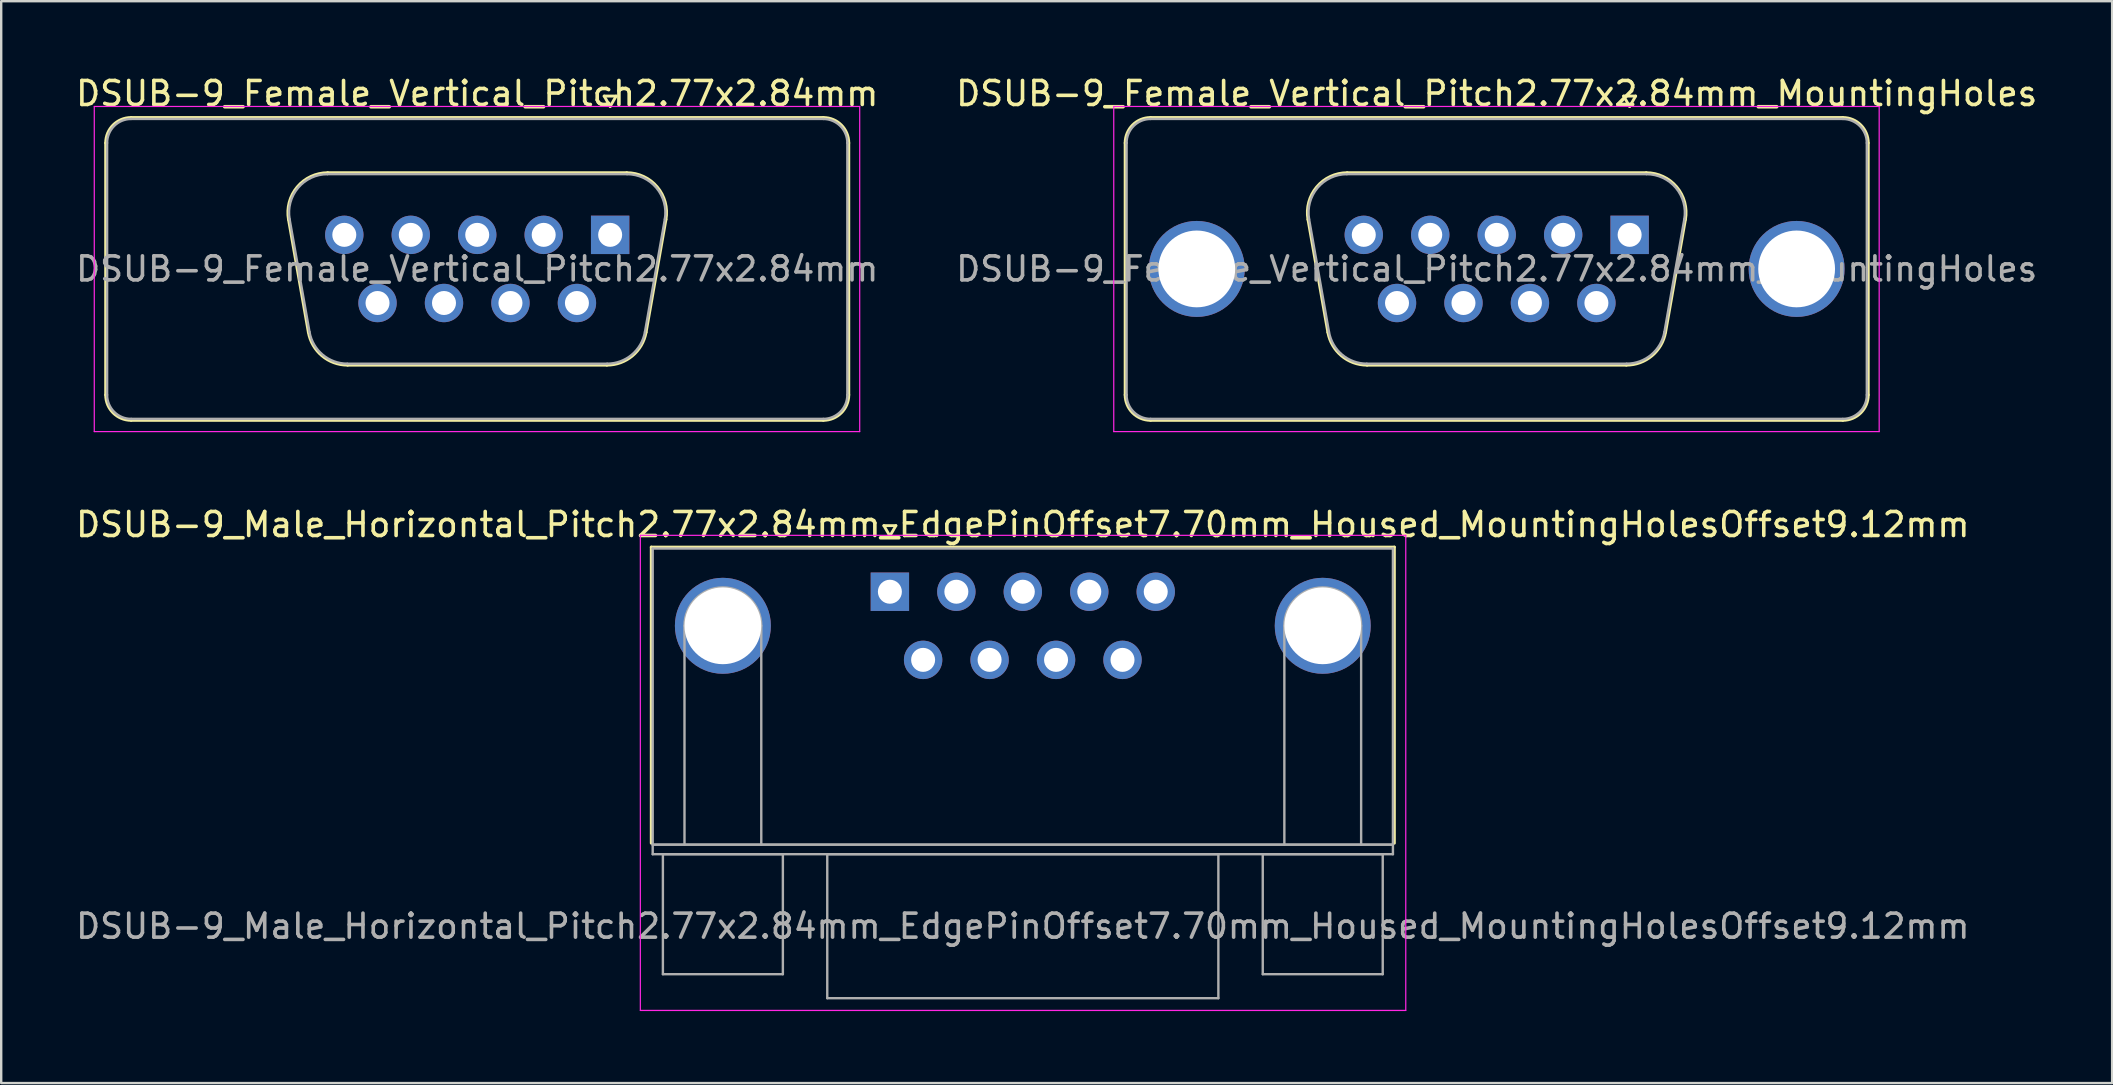
<source format=kicad_pcb>
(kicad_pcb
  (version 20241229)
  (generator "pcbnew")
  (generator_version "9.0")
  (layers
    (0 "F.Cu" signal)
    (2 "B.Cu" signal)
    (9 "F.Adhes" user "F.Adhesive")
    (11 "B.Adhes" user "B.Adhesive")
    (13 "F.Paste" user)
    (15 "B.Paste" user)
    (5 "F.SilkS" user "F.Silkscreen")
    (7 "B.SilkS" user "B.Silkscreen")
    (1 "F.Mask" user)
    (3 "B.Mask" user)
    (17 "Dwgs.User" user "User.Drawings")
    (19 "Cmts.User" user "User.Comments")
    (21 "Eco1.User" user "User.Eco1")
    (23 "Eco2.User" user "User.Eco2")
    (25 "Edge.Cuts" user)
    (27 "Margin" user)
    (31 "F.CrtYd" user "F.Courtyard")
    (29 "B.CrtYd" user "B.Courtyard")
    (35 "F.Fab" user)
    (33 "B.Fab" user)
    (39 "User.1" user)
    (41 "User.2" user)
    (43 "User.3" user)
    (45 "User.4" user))
  (footprint "DSUB-9_Male_Horizontal_Pitch2.77x2.84mm_EdgePinOffset7.70mm_Housed_MountingHolesOffset9.12mm"
    (layer "F.Cu")
    (at 34.037 21.611)
    (property "Reference" "DSUB-9_Male_Horizontal_Pitch2.77x2.84mm_EdgePinOffset7.70mm_Housed_MountingHolesOffset9.12mm" (at 5.54 -2.8 0) (layer "F.SilkS") (effects (font (size 1 1) (thickness 0.15))))
    (attr through_hole)
    (fp_line (start -9.945 -1.86) (end 21.025 -1.86) (stroke (width 0.12) (type solid)) (layer "F.SilkS"))
    (fp_line (start -9.945 10.48) (end -9.945 -1.86) (stroke (width 0.12) (type solid)) (layer "F.SilkS"))
    (fp_line (start -0.25 -2.754) (end 0.25 -2.754) (stroke (width 0.12) (type solid)) (layer "F.SilkS"))
    (fp_line (start 0 -2.321) (end -0.25 -2.754) (stroke (width 0.12) (type solid)) (layer "F.SilkS"))
    (fp_line (start 0.25 -2.754) (end 0 -2.321) (stroke (width 0.12) (type solid)) (layer "F.SilkS"))
    (fp_line (start 21.025 -1.86) (end 21.025 10.48) (stroke (width 0.12) (type solid)) (layer "F.SilkS"))
    (fp_line (start -10.4 -2.35) (end -10.4 17.45) (stroke (width 0.05) (type solid)) (layer "F.CrtYd"))
    (fp_line (start -10.4 17.45) (end 21.5 17.45) (stroke (width 0.05) (type solid)) (layer "F.CrtYd"))
    (fp_line (start 21.5 -2.35) (end -10.4 -2.35) (stroke (width 0.05) (type solid)) (layer "F.CrtYd"))
    (fp_line (start 21.5 17.45) (end 21.5 -2.35) (stroke (width 0.05) (type solid)) (layer "F.CrtYd"))
    (fp_line (start -9.885 -1.8) (end -9.885 10.54) (stroke (width 0.1) (type solid)) (layer "F.Fab"))
    (fp_line (start -9.885 10.54) (end -9.885 10.94) (stroke (width 0.1) (type solid)) (layer "F.Fab"))
    (fp_line (start -9.885 10.54) (end 20.965 10.54) (stroke (width 0.1) (type solid)) (layer "F.Fab"))
    (fp_line (start -9.885 10.94) (end 20.965 10.94) (stroke (width 0.1) (type solid)) (layer "F.Fab"))
    (fp_line (start -9.46 10.94) (end -9.46 15.94) (stroke (width 0.1) (type solid)) (layer "F.Fab"))
    (fp_line (start -9.46 15.94) (end -4.46 15.94) (stroke (width 0.1) (type solid)) (layer "F.Fab"))
    (fp_line (start -8.56 10.54) (end -8.56 1.42) (stroke (width 0.1) (type solid)) (layer "F.Fab"))
    (fp_line (start -5.36 10.54) (end -5.36 1.42) (stroke (width 0.1) (type solid)) (layer "F.Fab"))
    (fp_line (start -4.46 10.94) (end -9.46 10.94) (stroke (width 0.1) (type solid)) (layer "F.Fab"))
    (fp_line (start -4.46 15.94) (end -4.46 10.94) (stroke (width 0.1) (type solid)) (layer "F.Fab"))
    (fp_line (start -2.61 10.94) (end -2.61 16.94) (stroke (width 0.1) (type solid)) (layer "F.Fab"))
    (fp_line (start -2.61 16.94) (end 13.69 16.94) (stroke (width 0.1) (type solid)) (layer "F.Fab"))
    (fp_line (start 13.69 10.94) (end -2.61 10.94) (stroke (width 0.1) (type solid)) (layer "F.Fab"))
    (fp_line (start 13.69 16.94) (end 13.69 10.94) (stroke (width 0.1) (type solid)) (layer "F.Fab"))
    (fp_line (start 15.54 10.94) (end 15.54 15.94) (stroke (width 0.1) (type solid)) (layer "F.Fab"))
    (fp_line (start 15.54 15.94) (end 20.54 15.94) (stroke (width 0.1) (type solid)) (layer "F.Fab"))
    (fp_line (start 16.44 10.54) (end 16.44 1.42) (stroke (width 0.1) (type solid)) (layer "F.Fab"))
    (fp_line (start 19.64 10.54) (end 19.64 1.42) (stroke (width 0.1) (type solid)) (layer "F.Fab"))
    (fp_line (start 20.54 10.94) (end 15.54 10.94) (stroke (width 0.1) (type solid)) (layer "F.Fab"))
    (fp_line (start 20.54 15.94) (end 20.54 10.94) (stroke (width 0.1) (type solid)) (layer "F.Fab"))
    (fp_line (start 20.965 -1.8) (end -9.885 -1.8) (stroke (width 0.1) (type solid)) (layer "F.Fab"))
    (fp_line (start 20.965 10.54) (end -9.885 10.54) (stroke (width 0.1) (type solid)) (layer "F.Fab"))
    (fp_line (start 20.965 10.54) (end 20.965 -1.8) (stroke (width 0.1) (type solid)) (layer "F.Fab"))
    (fp_line (start 20.965 10.94) (end 20.965 10.54) (stroke (width 0.1) (type solid)) (layer "F.Fab"))
    (fp_arc (start -8.56 1.42) (mid -6.96 -0.18) (end -5.36 1.42) (stroke (width 0.1) (type solid)) (layer "F.Fab"))
    (fp_arc (start 16.44 1.42) (mid 18.04 -0.18) (end 19.64 1.42) (stroke (width 0.1) (type solid)) (layer "F.Fab"))
    (fp_text user "${REFERENCE}" (at 5.54 13.94 0) (layer "F.Fab") (effects (font (size 1 1) (thickness 0.15))))
    (pad "0" thru_hole circle (at -6.96 1.42) (size 4 4) (drill 3.2) (layers "*.Cu" "*.Mask"))
    (pad "0" thru_hole circle (at 18.04 1.42) (size 4 4) (drill 3.2) (layers "*.Cu" "*.Mask"))
    (pad "1" thru_hole rect (at 0 0) (size 1.6 1.6) (drill 1) (layers "*.Cu" "*.Mask"))
    (pad "2" thru_hole circle (at 2.77 0) (size 1.6 1.6) (drill 1) (layers "*.Cu" "*.Mask"))
    (pad "3" thru_hole circle (at 5.54 0) (size 1.6 1.6) (drill 1) (layers "*.Cu" "*.Mask"))
    (pad "4" thru_hole circle (at 8.31 0) (size 1.6 1.6) (drill 1) (layers "*.Cu" "*.Mask"))
    (pad "5" thru_hole circle (at 11.08 0) (size 1.6 1.6) (drill 1) (layers "*.Cu" "*.Mask"))
    (pad "6" thru_hole circle (at 1.385 2.84) (size 1.6 1.6) (drill 1) (layers "*.Cu" "*.Mask"))
    (pad "7" thru_hole circle (at 4.155 2.84) (size 1.6 1.6) (drill 1) (layers "*.Cu" "*.Mask"))
    (pad "8" thru_hole circle (at 6.925 2.84) (size 1.6 1.6) (drill 1) (layers "*.Cu" "*.Mask"))
    (pad "9" thru_hole circle (at 9.695 2.84) (size 1.6 1.6) (drill 1) (layers "*.Cu" "*.Mask")))
  (footprint "DSUB-9_Female_Vertical_Pitch2.77x2.84mm"
    (layer "F.Cu")
    (at 22.379 6.738)
    (property "Reference" "DSUB-9_Female_Vertical_Pitch2.77x2.84mm" (at -5.54 -5.89 0) (layer "F.SilkS") (effects (font (size 1 1) (thickness 0.15))))
    (attr through_hole)
    (fp_line (start -21.025 6.67) (end -21.025 -3.83) (stroke (width 0.12) (type solid)) (layer "F.SilkS"))
    (fp_line (start -19.965 -4.89) (end 8.885 -4.89) (stroke (width 0.12) (type solid)) (layer "F.SilkS"))
    (fp_line (start -13.406 -0.642) (end -12.578 4.058) (stroke (width 0.12) (type solid)) (layer "F.SilkS"))
    (fp_line (start -11.772 -2.59) (end 0.692 -2.59) (stroke (width 0.12) (type solid)) (layer "F.SilkS"))
    (fp_line (start -10.943 5.43) (end -0.137 5.43) (stroke (width 0.12) (type solid)) (layer "F.SilkS"))
    (fp_line (start -0.25 -5.784) (end 0.25 -5.784) (stroke (width 0.12) (type solid)) (layer "F.SilkS"))
    (fp_line (start 0 -5.351) (end -0.25 -5.784) (stroke (width 0.12) (type solid)) (layer "F.SilkS"))
    (fp_line (start 0.25 -5.784) (end 0 -5.351) (stroke (width 0.12) (type solid)) (layer "F.SilkS"))
    (fp_line (start 2.326 -0.642) (end 1.498 4.058) (stroke (width 0.12) (type solid)) (layer "F.SilkS"))
    (fp_line (start 8.885 7.73) (end -19.965 7.73) (stroke (width 0.12) (type solid)) (layer "F.SilkS"))
    (fp_line (start 9.945 -3.83) (end 9.945 6.67) (stroke (width 0.12) (type solid)) (layer "F.SilkS"))
    (fp_arc (start -21.025 -3.83) (mid -20.714533 -4.579533) (end -19.965 -4.89) (stroke (width 0.12) (type solid)) (layer "F.SilkS"))
    (fp_arc (start -19.965 7.73) (mid -20.714533 7.419533) (end -21.025 6.67) (stroke (width 0.12) (type solid)) (layer "F.SilkS"))
    (fp_arc (start -13.40647 -0.641744) (mid -13.043323 -1.997028) (end -11.771689 -2.59) (stroke (width 0.12) (type solid)) (layer "F.SilkS"))
    (fp_arc (start -10.942952 5.43) (mid -12.009979 5.041634) (end -12.577733 4.058256) (stroke (width 0.12) (type solid)) (layer "F.SilkS"))
    (fp_arc (start 0.691689 -2.59) (mid 1.963323 -1.997027) (end 2.32647 -0.641744) (stroke (width 0.12) (type solid)) (layer "F.SilkS"))
    (fp_arc (start 1.497733 4.058256) (mid 0.92998 5.041634) (end -0.137048 5.43) (stroke (width 0.12) (type solid)) (layer "F.SilkS"))
    (fp_arc (start 8.885 -4.89) (mid 9.634533 -4.579533) (end 9.945 -3.83) (stroke (width 0.12) (type solid)) (layer "F.SilkS"))
    (fp_arc (start 9.945 6.67) (mid 9.634533 7.419533) (end 8.885 7.73) (stroke (width 0.12) (type solid)) (layer "F.SilkS"))
    (fp_line (start -21.5 -5.35) (end -21.5 8.2) (stroke (width 0.05) (type solid)) (layer "F.CrtYd"))
    (fp_line (start -21.5 8.2) (end 10.4 8.2) (stroke (width 0.05) (type solid)) (layer "F.CrtYd"))
    (fp_line (start 10.4 -5.35) (end -21.5 -5.35) (stroke (width 0.05) (type solid)) (layer "F.CrtYd"))
    (fp_line (start 10.4 8.2) (end 10.4 -5.35) (stroke (width 0.05) (type solid)) (layer "F.CrtYd"))
    (fp_line (start -20.965 6.67) (end -20.965 -3.83) (stroke (width 0.1) (type solid)) (layer "F.Fab"))
    (fp_line (start -19.965 -4.83) (end 8.885 -4.83) (stroke (width 0.1) (type solid)) (layer "F.Fab"))
    (fp_line (start -13.359 -0.652) (end -12.53 4.048) (stroke (width 0.1) (type solid)) (layer "F.Fab"))
    (fp_line (start -11.783 -2.53) (end 0.703 -2.53) (stroke (width 0.1) (type solid)) (layer "F.Fab"))
    (fp_line (start -10.954 5.37) (end -0.126 5.37) (stroke (width 0.1) (type solid)) (layer "F.Fab"))
    (fp_line (start 2.279 -0.652) (end 1.45 4.048) (stroke (width 0.1) (type solid)) (layer "F.Fab"))
    (fp_line (start 8.885 7.67) (end -19.965 7.67) (stroke (width 0.1) (type solid)) (layer "F.Fab"))
    (fp_line (start 9.885 -3.83) (end 9.885 6.67) (stroke (width 0.1) (type solid)) (layer "F.Fab"))
    (fp_arc (start -20.965 -3.83) (mid -20.672107 -4.537107) (end -19.965 -4.83) (stroke (width 0.1) (type solid)) (layer "F.Fab"))
    (fp_arc (start -19.965 7.67) (mid -20.672107 7.377107) (end -20.965 6.67) (stroke (width 0.1) (type solid)) (layer "F.Fab"))
    (fp_arc (start -13.358886 -0.652163) (mid -13.008865 -1.95846) (end -11.783194 -2.53) (stroke (width 0.1) (type solid)) (layer "F.Fab"))
    (fp_arc (start -10.954457 5.37) (mid -11.982917 4.995671) (end -12.530149 4.047837) (stroke (width 0.1) (type solid)) (layer "F.Fab"))
    (fp_arc (start 0.703194 -2.53) (mid 1.928865 -1.95846) (end 2.278886 -0.652163) (stroke (width 0.1) (type solid)) (layer "F.Fab"))
    (fp_arc (start 1.450149 4.047837) (mid 0.902917 4.995671) (end -0.125543 5.37) (stroke (width 0.1) (type solid)) (layer "F.Fab"))
    (fp_arc (start 8.885 -4.83) (mid 9.592107 -4.537107) (end 9.885 -3.83) (stroke (width 0.1) (type solid)) (layer "F.Fab"))
    (fp_arc (start 9.885 6.67) (mid 9.592107 7.377107) (end 8.885 7.67) (stroke (width 0.1) (type solid)) (layer "F.Fab"))
    (fp_text user "${REFERENCE}" (at -5.54 1.42 0) (layer "F.Fab") (effects (font (size 1 1) (thickness 0.15))))
    (pad "1" thru_hole rect (at 0 0) (size 1.6 1.6) (drill 1) (layers "*.Cu" "*.Mask"))
    (pad "2" thru_hole circle (at -2.77 0) (size 1.6 1.6) (drill 1) (layers "*.Cu" "*.Mask"))
    (pad "3" thru_hole circle (at -5.54 0) (size 1.6 1.6) (drill 1) (layers "*.Cu" "*.Mask"))
    (pad "4" thru_hole circle (at -8.31 0) (size 1.6 1.6) (drill 1) (layers "*.Cu" "*.Mask"))
    (pad "5" thru_hole circle (at -11.08 0) (size 1.6 1.6) (drill 1) (layers "*.Cu" "*.Mask"))
    (pad "6" thru_hole circle (at -1.385 2.84) (size 1.6 1.6) (drill 1) (layers "*.Cu" "*.Mask"))
    (pad "7" thru_hole circle (at -4.155 2.84) (size 1.6 1.6) (drill 1) (layers "*.Cu" "*.Mask"))
    (pad "8" thru_hole circle (at -6.925 2.84) (size 1.6 1.6) (drill 1) (layers "*.Cu" "*.Mask"))
    (pad "9" thru_hole circle (at -9.695 2.84) (size 1.6 1.6) (drill 1) (layers "*.Cu" "*.Mask")))
  (footprint "DSUB-9_Female_Vertical_Pitch2.77x2.84mm_MountingHoles"
    (layer "F.Cu")
    (at 64.867 6.738)
    (property "Reference" "DSUB-9_Female_Vertical_Pitch2.77x2.84mm_MountingHoles" (at -5.54 -5.89 0) (layer "F.SilkS") (effects (font (size 1 1) (thickness 0.15))))
    (attr through_hole)
    (fp_line (start -21.025 6.67) (end -21.025 -3.83) (stroke (width 0.12) (type solid)) (layer "F.SilkS"))
    (fp_line (start -19.965 -4.89) (end 8.885 -4.89) (stroke (width 0.12) (type solid)) (layer "F.SilkS"))
    (fp_line (start -13.406 -0.642) (end -12.578 4.058) (stroke (width 0.12) (type solid)) (layer "F.SilkS"))
    (fp_line (start -11.772 -2.59) (end 0.692 -2.59) (stroke (width 0.12) (type solid)) (layer "F.SilkS"))
    (fp_line (start -10.943 5.43) (end -0.137 5.43) (stroke (width 0.12) (type solid)) (layer "F.SilkS"))
    (fp_line (start -0.25 -5.784) (end 0.25 -5.784) (stroke (width 0.12) (type solid)) (layer "F.SilkS"))
    (fp_line (start 0 -5.351) (end -0.25 -5.784) (stroke (width 0.12) (type solid)) (layer "F.SilkS"))
    (fp_line (start 0.25 -5.784) (end 0 -5.351) (stroke (width 0.12) (type solid)) (layer "F.SilkS"))
    (fp_line (start 2.326 -0.642) (end 1.498 4.058) (stroke (width 0.12) (type solid)) (layer "F.SilkS"))
    (fp_line (start 8.885 7.73) (end -19.965 7.73) (stroke (width 0.12) (type solid)) (layer "F.SilkS"))
    (fp_line (start 9.945 -3.83) (end 9.945 6.67) (stroke (width 0.12) (type solid)) (layer "F.SilkS"))
    (fp_arc (start -21.025 -3.83) (mid -20.714533 -4.579533) (end -19.965 -4.89) (stroke (width 0.12) (type solid)) (layer "F.SilkS"))
    (fp_arc (start -19.965 7.73) (mid -20.714533 7.419533) (end -21.025 6.67) (stroke (width 0.12) (type solid)) (layer "F.SilkS"))
    (fp_arc (start -13.40647 -0.641744) (mid -13.043323 -1.997028) (end -11.771689 -2.59) (stroke (width 0.12) (type solid)) (layer "F.SilkS"))
    (fp_arc (start -10.942952 5.43) (mid -12.009979 5.041634) (end -12.577733 4.058256) (stroke (width 0.12) (type solid)) (layer "F.SilkS"))
    (fp_arc (start 0.691689 -2.59) (mid 1.963323 -1.997027) (end 2.32647 -0.641744) (stroke (width 0.12) (type solid)) (layer "F.SilkS"))
    (fp_arc (start 1.497733 4.058256) (mid 0.92998 5.041634) (end -0.137048 5.43) (stroke (width 0.12) (type solid)) (layer "F.SilkS"))
    (fp_arc (start 8.885 -4.89) (mid 9.634533 -4.579533) (end 9.945 -3.83) (stroke (width 0.12) (type solid)) (layer "F.SilkS"))
    (fp_arc (start 9.945 6.67) (mid 9.634533 7.419533) (end 8.885 7.73) (stroke (width 0.12) (type solid)) (layer "F.SilkS"))
    (fp_line (start -21.5 -5.35) (end -21.5 8.2) (stroke (width 0.05) (type solid)) (layer "F.CrtYd"))
    (fp_line (start -21.5 8.2) (end 10.4 8.2) (stroke (width 0.05) (type solid)) (layer "F.CrtYd"))
    (fp_line (start 10.4 -5.35) (end -21.5 -5.35) (stroke (width 0.05) (type solid)) (layer "F.CrtYd"))
    (fp_line (start 10.4 8.2) (end 10.4 -5.35) (stroke (width 0.05) (type solid)) (layer "F.CrtYd"))
    (fp_line (start -20.965 6.67) (end -20.965 -3.83) (stroke (width 0.1) (type solid)) (layer "F.Fab"))
    (fp_line (start -19.965 -4.83) (end 8.885 -4.83) (stroke (width 0.1) (type solid)) (layer "F.Fab"))
    (fp_line (start -13.359 -0.652) (end -12.53 4.048) (stroke (width 0.1) (type solid)) (layer "F.Fab"))
    (fp_line (start -11.783 -2.53) (end 0.703 -2.53) (stroke (width 0.1) (type solid)) (layer "F.Fab"))
    (fp_line (start -10.954 5.37) (end -0.126 5.37) (stroke (width 0.1) (type solid)) (layer "F.Fab"))
    (fp_line (start 2.279 -0.652) (end 1.45 4.048) (stroke (width 0.1) (type solid)) (layer "F.Fab"))
    (fp_line (start 8.885 7.67) (end -19.965 7.67) (stroke (width 0.1) (type solid)) (layer "F.Fab"))
    (fp_line (start 9.885 -3.83) (end 9.885 6.67) (stroke (width 0.1) (type solid)) (layer "F.Fab"))
    (fp_arc (start -20.965 -3.83) (mid -20.672107 -4.537107) (end -19.965 -4.83) (stroke (width 0.1) (type solid)) (layer "F.Fab"))
    (fp_arc (start -19.965 7.67) (mid -20.672107 7.377107) (end -20.965 6.67) (stroke (width 0.1) (type solid)) (layer "F.Fab"))
    (fp_arc (start -13.358886 -0.652163) (mid -13.008865 -1.95846) (end -11.783194 -2.53) (stroke (width 0.1) (type solid)) (layer "F.Fab"))
    (fp_arc (start -10.954457 5.37) (mid -11.982917 4.995671) (end -12.530149 4.047837) (stroke (width 0.1) (type solid)) (layer "F.Fab"))
    (fp_arc (start 0.703194 -2.53) (mid 1.928865 -1.95846) (end 2.278886 -0.652163) (stroke (width 0.1) (type solid)) (layer "F.Fab"))
    (fp_arc (start 1.450149 4.047837) (mid 0.902917 4.995671) (end -0.125543 5.37) (stroke (width 0.1) (type solid)) (layer "F.Fab"))
    (fp_arc (start 8.885 -4.83) (mid 9.592107 -4.537107) (end 9.885 -3.83) (stroke (width 0.1) (type solid)) (layer "F.Fab"))
    (fp_arc (start 9.885 6.67) (mid 9.592107 7.377107) (end 8.885 7.67) (stroke (width 0.1) (type solid)) (layer "F.Fab"))
    (fp_text user "${REFERENCE}" (at -5.54 1.42 0) (layer "F.Fab") (effects (font (size 1 1) (thickness 0.15))))
    (pad "0" thru_hole circle (at -18.04 1.42) (size 4 4) (drill 3.2) (layers "*.Cu" "*.Mask"))
    (pad "0" thru_hole circle (at 6.96 1.42) (size 4 4) (drill 3.2) (layers "*.Cu" "*.Mask"))
    (pad "1" thru_hole rect (at 0 0) (size 1.6 1.6) (drill 1) (layers "*.Cu" "*.Mask"))
    (pad "2" thru_hole circle (at -2.77 0) (size 1.6 1.6) (drill 1) (layers "*.Cu" "*.Mask"))
    (pad "3" thru_hole circle (at -5.54 0) (size 1.6 1.6) (drill 1) (layers "*.Cu" "*.Mask"))
    (pad "4" thru_hole circle (at -8.31 0) (size 1.6 1.6) (drill 1) (layers "*.Cu" "*.Mask"))
    (pad "5" thru_hole circle (at -11.08 0) (size 1.6 1.6) (drill 1) (layers "*.Cu" "*.Mask"))
    (pad "6" thru_hole circle (at -1.385 2.84) (size 1.6 1.6) (drill 1) (layers "*.Cu" "*.Mask"))
    (pad "7" thru_hole circle (at -4.155 2.84) (size 1.6 1.6) (drill 1) (layers "*.Cu" "*.Mask"))
    (pad "8" thru_hole circle (at -6.925 2.84) (size 1.6 1.6) (drill 1) (layers "*.Cu" "*.Mask"))
    (pad "9" thru_hole circle (at -9.695 2.84) (size 1.6 1.6) (drill 1) (layers "*.Cu" "*.Mask")))
  (gr_rect
    (start -3 -3)
    (end 84.976 42.087)
    (stroke (width 0.1) (type default))
    (fill no)
    (layer "Edge.Cuts")))
</source>
